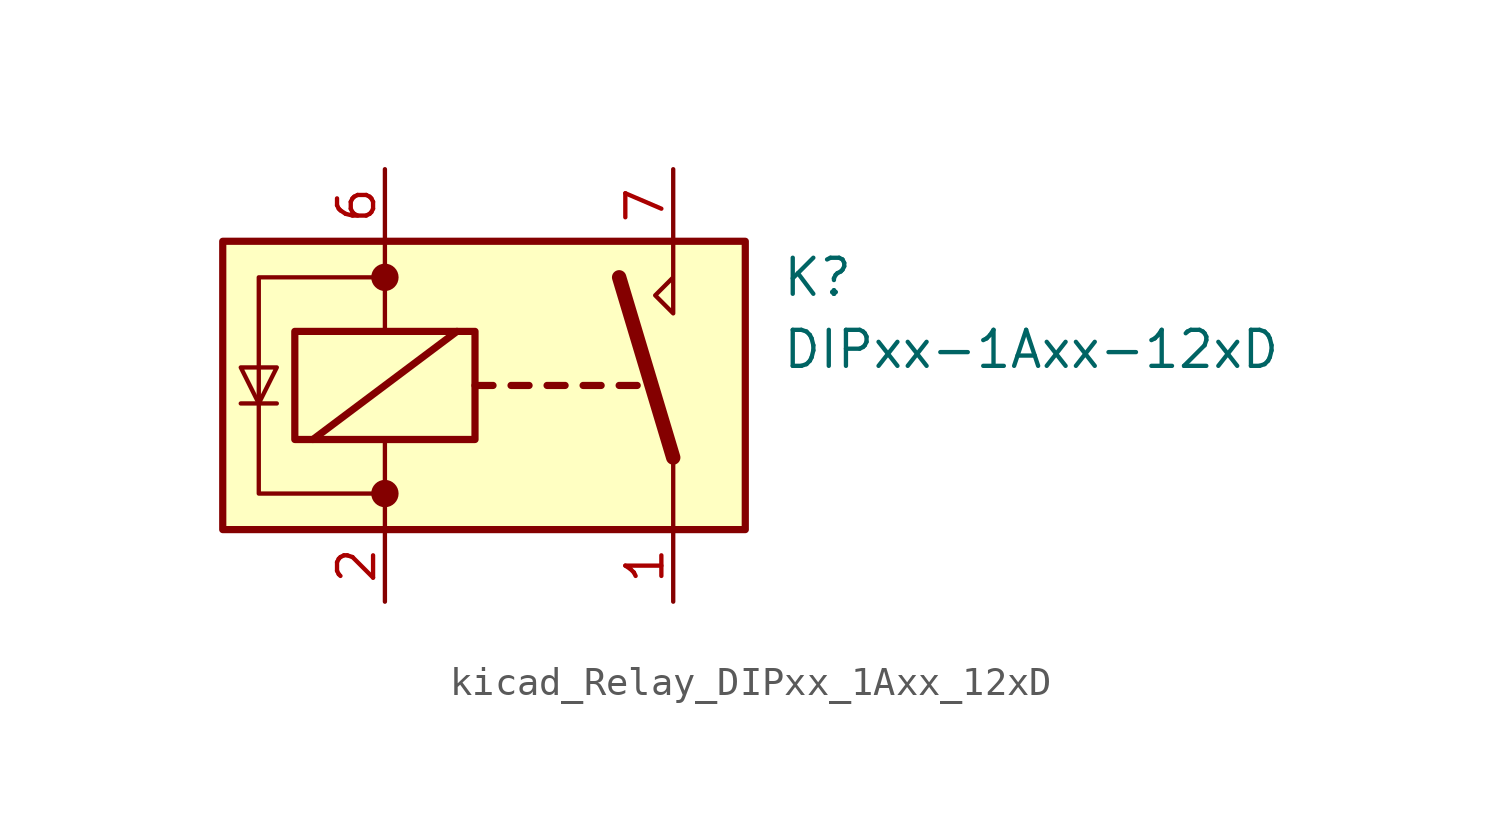
<source format=kicad_sym>
(kicad_symbol_lib
  (version 20220914)
  (generator kicad_symbol_editor)
  (symbol "kicad_Relay_DIPxx_1Axx_12xD"
    (property "Reference" "K"
      (at 8.89 3.81 0)
      (effects (font (size 1.27 1.27)) (justify left)))
    (property "Value" "DIPxx-1Axx-12xD"
      (at 8.89 1.27 0)
      (effects (font (size 1.27 1.27)) (justify left)))
    (symbol "kicad_Relay_DIPxx_1Axx_12xD_0_0"
      (polyline (pts (xy 5.08 5.08) (xy 5.08 2.54) (xy 4.445 3.175) (xy 5.08 3.81)) (stroke (width 0) (type default)) (fill (type none))))
    (symbol "kicad_Relay_DIPxx_1Axx_12xD_0_1"
      (rectangle (start -10.795 5.08) (end 7.62 -5.08) (stroke (width 0.254) (type default)) (fill (type background)))
      (rectangle (start -8.255 1.905) (end -1.905 -1.905) (stroke (width 0.254) (type default)) (fill (type none)))
      (circle (center -5.08 -3.81) (radius 0.406) (stroke (width 0) (type default)) (fill (type outline)))
      (circle (center -5.08 3.81) (radius 0.406) (stroke (width 0) (type default)) (fill (type outline)))
      (polyline (pts (xy -10.16 -0.635) (xy -8.89 -0.635)) (stroke (width 0) (type default)) (fill (type none)))
      (polyline (pts (xy -7.62 -1.905) (xy -2.54 1.905)) (stroke (width 0.254) (type default)) (fill (type none)))
      (polyline (pts (xy -5.08 -5.08) (xy -5.08 -1.905)) (stroke (width 0) (type default)) (fill (type none)))
      (polyline (pts (xy -5.08 5.08) (xy -5.08 1.905)) (stroke (width 0) (type default)) (fill (type none)))
      (polyline (pts (xy -1.905 0) (xy -1.27 0)) (stroke (width 0.254) (type default)) (fill (type none)))
      (polyline (pts (xy -0.635 0) (xy 0 0)) (stroke (width 0.254) (type default)) (fill (type none)))
      (polyline (pts (xy 0.635 0) (xy 1.27 0)) (stroke (width 0.254) (type default)) (fill (type none)))
      (polyline (pts (xy 1.905 0) (xy 2.54 0)) (stroke (width 0.254) (type default)) (fill (type none)))
      (polyline (pts (xy 3.175 0) (xy 3.81 0)) (stroke (width 0.254) (type default)) (fill (type none)))
      (polyline (pts (xy 5.08 -2.54) (xy 3.175 3.81)) (stroke (width 0.508) (type default)) (fill (type none)))
      (polyline (pts (xy 5.08 -2.54) (xy 5.08 -5.08)) (stroke (width 0) (type default)) (fill (type none)))
      (polyline (pts (xy -9.525 -0.635) (xy -8.89 0.635) (xy -10.16 0.635) (xy -9.525 -0.635)) (stroke (width 0) (type default)) (fill (type none)))
      (polyline (pts (xy -5.08 -3.81) (xy -9.525 -3.81) (xy -9.525 3.81) (xy -5.08 3.81)) (stroke (width 0) (type default)) (fill (type none))))
    (symbol "kicad_Relay_DIPxx_1Axx_12xD_1_1"
      (pin passive line (at 5.08 -7.62 90) (length 2.54) (name "~" (effects (font (size 1.27 1.27)))) (number "1" (effects (font (size 1.27 1.27)))))
      (pin passive line (at -5.08 -7.62 90) (length 2.54) hide (name "~" (effects (font (size 1.27 1.27)))) (number "13" (effects (font (size 1.27 1.27)))))
      (pin passive line (at 5.08 -7.62 90) (length 2.54) hide (name "~" (effects (font (size 1.27 1.27)))) (number "14" (effects (font (size 1.27 1.27)))))
      (pin passive line (at -5.08 -7.62 90) (length 2.54) (name "~" (effects (font (size 1.27 1.27)))) (number "2" (effects (font (size 1.27 1.27)))))
      (pin passive line (at -5.08 7.62 270) (length 2.54) (name "~" (effects (font (size 1.27 1.27)))) (number "6" (effects (font (size 1.27 1.27)))))
      (pin passive line (at 5.08 7.62 270) (length 2.54) (name "~" (effects (font (size 1.27 1.27)))) (number "7" (effects (font (size 1.27 1.27)))))
      (pin passive line (at 5.08 7.62 270) (length 2.54) hide (name "~" (effects (font (size 1.27 1.27)))) (number "8" (effects (font (size 1.27 1.27))))))))
</source>
